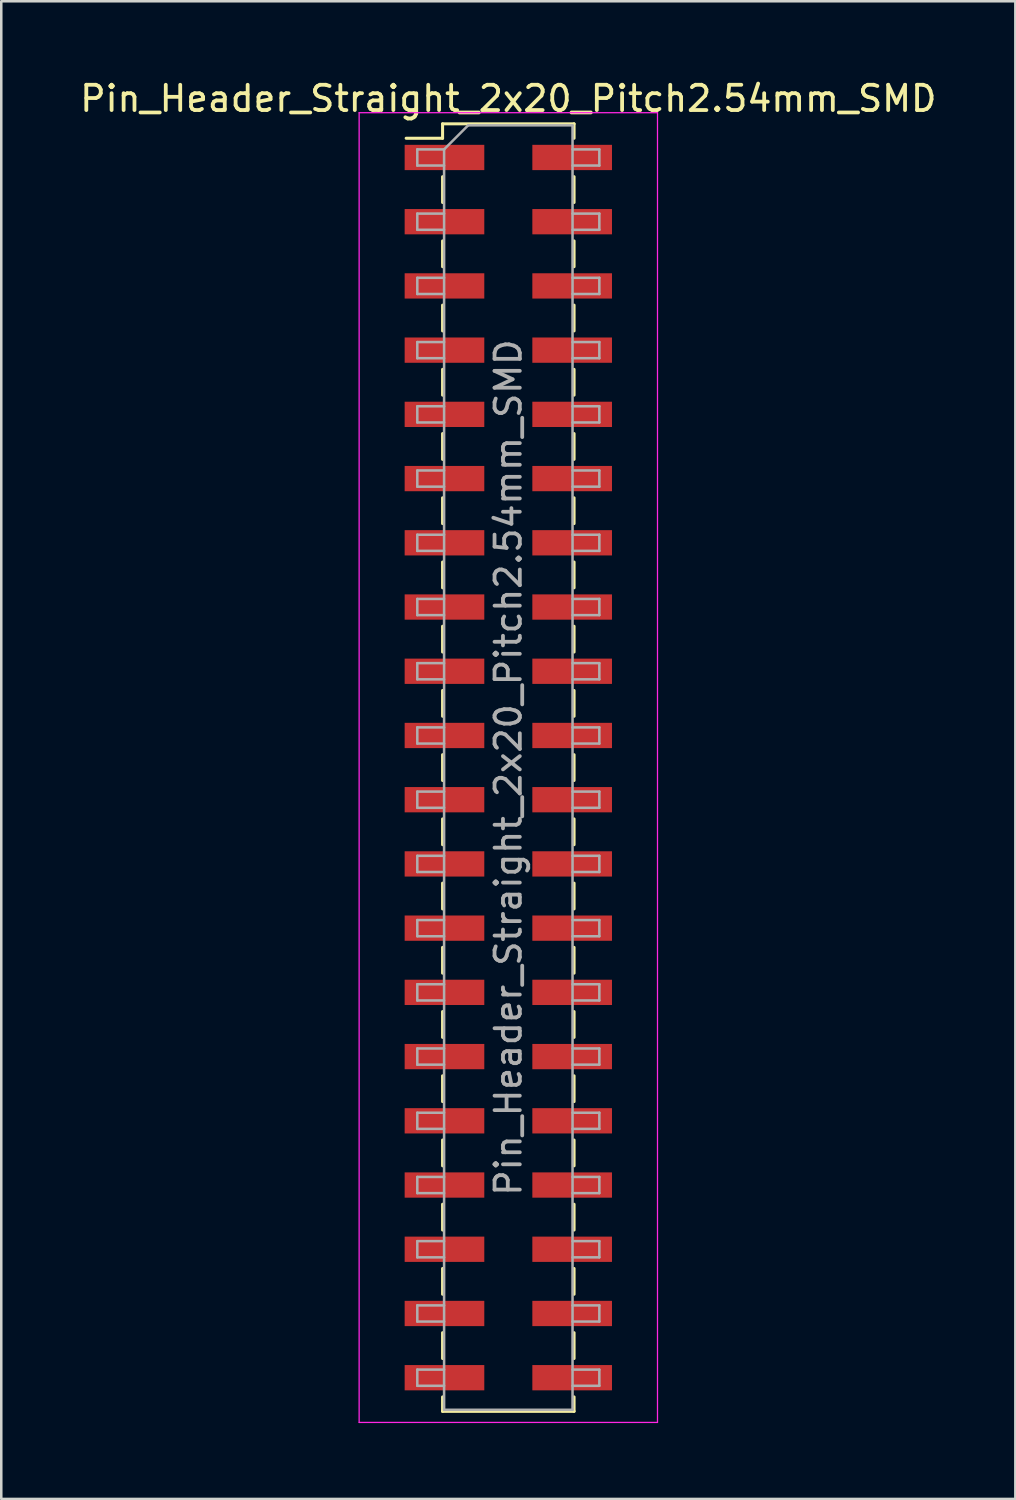
<source format=kicad_pcb>
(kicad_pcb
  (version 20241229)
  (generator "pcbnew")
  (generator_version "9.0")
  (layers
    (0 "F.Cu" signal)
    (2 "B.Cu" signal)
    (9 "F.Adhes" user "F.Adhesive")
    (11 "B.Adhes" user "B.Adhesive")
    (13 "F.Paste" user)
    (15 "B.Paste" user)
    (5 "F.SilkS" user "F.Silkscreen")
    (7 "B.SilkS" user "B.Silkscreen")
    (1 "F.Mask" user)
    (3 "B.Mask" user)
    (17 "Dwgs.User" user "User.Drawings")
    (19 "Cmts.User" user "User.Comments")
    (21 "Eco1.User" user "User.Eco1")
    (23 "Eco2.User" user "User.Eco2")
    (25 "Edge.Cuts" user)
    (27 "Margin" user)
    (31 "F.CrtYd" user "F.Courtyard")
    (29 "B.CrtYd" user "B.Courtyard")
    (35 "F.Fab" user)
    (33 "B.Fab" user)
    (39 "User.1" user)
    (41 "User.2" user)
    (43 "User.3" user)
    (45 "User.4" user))
  (footprint "Pin_Header_Straight_2x20_Pitch2.54mm_SMD"
    (layer "F.Cu")
    (at 17.054 27.308)
    (property "Reference" "Pin_Header_Straight_2x20_Pitch2.54mm_SMD" (at 0 -26.46 0) (layer "F.SilkS") (effects (font (size 1 1) (thickness 0.15))))
    (attr smd)
    (fp_line (start -4.04 -24.89) (end -2.6 -24.89) (stroke (width 0.12) (type solid)) (layer "F.SilkS"))
    (fp_line (start -2.6 -25.46) (end -2.6 -24.89) (stroke (width 0.12) (type solid)) (layer "F.SilkS"))
    (fp_line (start -2.6 -25.46) (end 2.6 -25.46) (stroke (width 0.12) (type solid)) (layer "F.SilkS"))
    (fp_line (start -2.6 -23.37) (end -2.6 -22.35) (stroke (width 0.12) (type solid)) (layer "F.SilkS"))
    (fp_line (start -2.6 -20.83) (end -2.6 -19.81) (stroke (width 0.12) (type solid)) (layer "F.SilkS"))
    (fp_line (start -2.6 -18.29) (end -2.6 -17.27) (stroke (width 0.12) (type solid)) (layer "F.SilkS"))
    (fp_line (start -2.6 -15.75) (end -2.6 -14.73) (stroke (width 0.12) (type solid)) (layer "F.SilkS"))
    (fp_line (start -2.6 -13.21) (end -2.6 -12.19) (stroke (width 0.12) (type solid)) (layer "F.SilkS"))
    (fp_line (start -2.6 -10.67) (end -2.6 -9.65) (stroke (width 0.12) (type solid)) (layer "F.SilkS"))
    (fp_line (start -2.6 -8.13) (end -2.6 -7.11) (stroke (width 0.12) (type solid)) (layer "F.SilkS"))
    (fp_line (start -2.6 -5.59) (end -2.6 -4.57) (stroke (width 0.12) (type solid)) (layer "F.SilkS"))
    (fp_line (start -2.6 -3.05) (end -2.6 -2.03) (stroke (width 0.12) (type solid)) (layer "F.SilkS"))
    (fp_line (start -2.6 -0.51) (end -2.6 0.51) (stroke (width 0.12) (type solid)) (layer "F.SilkS"))
    (fp_line (start -2.6 2.03) (end -2.6 3.05) (stroke (width 0.12) (type solid)) (layer "F.SilkS"))
    (fp_line (start -2.6 4.57) (end -2.6 5.59) (stroke (width 0.12) (type solid)) (layer "F.SilkS"))
    (fp_line (start -2.6 7.11) (end -2.6 8.13) (stroke (width 0.12) (type solid)) (layer "F.SilkS"))
    (fp_line (start -2.6 9.65) (end -2.6 10.67) (stroke (width 0.12) (type solid)) (layer "F.SilkS"))
    (fp_line (start -2.6 12.19) (end -2.6 13.21) (stroke (width 0.12) (type solid)) (layer "F.SilkS"))
    (fp_line (start -2.6 14.73) (end -2.6 15.75) (stroke (width 0.12) (type solid)) (layer "F.SilkS"))
    (fp_line (start -2.6 17.27) (end -2.6 18.29) (stroke (width 0.12) (type solid)) (layer "F.SilkS"))
    (fp_line (start -2.6 19.81) (end -2.6 20.83) (stroke (width 0.12) (type solid)) (layer "F.SilkS"))
    (fp_line (start -2.6 22.35) (end -2.6 23.37) (stroke (width 0.12) (type solid)) (layer "F.SilkS"))
    (fp_line (start -2.6 24.89) (end -2.6 25.46) (stroke (width 0.12) (type solid)) (layer "F.SilkS"))
    (fp_line (start -2.6 25.46) (end 2.6 25.46) (stroke (width 0.12) (type solid)) (layer "F.SilkS"))
    (fp_line (start 2.6 -25.46) (end 2.6 -24.89) (stroke (width 0.12) (type solid)) (layer "F.SilkS"))
    (fp_line (start 2.6 -23.37) (end 2.6 -22.35) (stroke (width 0.12) (type solid)) (layer "F.SilkS"))
    (fp_line (start 2.6 -20.83) (end 2.6 -19.81) (stroke (width 0.12) (type solid)) (layer "F.SilkS"))
    (fp_line (start 2.6 -18.29) (end 2.6 -17.27) (stroke (width 0.12) (type solid)) (layer "F.SilkS"))
    (fp_line (start 2.6 -15.75) (end 2.6 -14.73) (stroke (width 0.12) (type solid)) (layer "F.SilkS"))
    (fp_line (start 2.6 -13.21) (end 2.6 -12.19) (stroke (width 0.12) (type solid)) (layer "F.SilkS"))
    (fp_line (start 2.6 -10.67) (end 2.6 -9.65) (stroke (width 0.12) (type solid)) (layer "F.SilkS"))
    (fp_line (start 2.6 -8.13) (end 2.6 -7.11) (stroke (width 0.12) (type solid)) (layer "F.SilkS"))
    (fp_line (start 2.6 -5.59) (end 2.6 -4.57) (stroke (width 0.12) (type solid)) (layer "F.SilkS"))
    (fp_line (start 2.6 -3.05) (end 2.6 -2.03) (stroke (width 0.12) (type solid)) (layer "F.SilkS"))
    (fp_line (start 2.6 -0.51) (end 2.6 0.51) (stroke (width 0.12) (type solid)) (layer "F.SilkS"))
    (fp_line (start 2.6 2.03) (end 2.6 3.05) (stroke (width 0.12) (type solid)) (layer "F.SilkS"))
    (fp_line (start 2.6 4.57) (end 2.6 5.59) (stroke (width 0.12) (type solid)) (layer "F.SilkS"))
    (fp_line (start 2.6 7.11) (end 2.6 8.13) (stroke (width 0.12) (type solid)) (layer "F.SilkS"))
    (fp_line (start 2.6 9.65) (end 2.6 10.67) (stroke (width 0.12) (type solid)) (layer "F.SilkS"))
    (fp_line (start 2.6 12.19) (end 2.6 13.21) (stroke (width 0.12) (type solid)) (layer "F.SilkS"))
    (fp_line (start 2.6 14.73) (end 2.6 15.75) (stroke (width 0.12) (type solid)) (layer "F.SilkS"))
    (fp_line (start 2.6 17.27) (end 2.6 18.29) (stroke (width 0.12) (type solid)) (layer "F.SilkS"))
    (fp_line (start 2.6 19.81) (end 2.6 20.83) (stroke (width 0.12) (type solid)) (layer "F.SilkS"))
    (fp_line (start 2.6 22.35) (end 2.6 23.37) (stroke (width 0.12) (type solid)) (layer "F.SilkS"))
    (fp_line (start 2.6 24.89) (end 2.6 25.46) (stroke (width 0.12) (type solid)) (layer "F.SilkS"))
    (fp_line (start -5.9 -25.9) (end -5.9 25.9) (stroke (width 0.05) (type solid)) (layer "F.CrtYd"))
    (fp_line (start -5.9 25.9) (end 5.9 25.9) (stroke (width 0.05) (type solid)) (layer "F.CrtYd"))
    (fp_line (start 5.9 -25.9) (end -5.9 -25.9) (stroke (width 0.05) (type solid)) (layer "F.CrtYd"))
    (fp_line (start 5.9 25.9) (end 5.9 -25.9) (stroke (width 0.05) (type solid)) (layer "F.CrtYd"))
    (fp_line (start -3.6 -24.45) (end -3.6 -23.81) (stroke (width 0.1) (type solid)) (layer "F.Fab"))
    (fp_line (start -3.6 -23.81) (end -2.54 -23.81) (stroke (width 0.1) (type solid)) (layer "F.Fab"))
    (fp_line (start -3.6 -21.91) (end -3.6 -21.27) (stroke (width 0.1) (type solid)) (layer "F.Fab"))
    (fp_line (start -3.6 -21.27) (end -2.54 -21.27) (stroke (width 0.1) (type solid)) (layer "F.Fab"))
    (fp_line (start -3.6 -19.37) (end -3.6 -18.73) (stroke (width 0.1) (type solid)) (layer "F.Fab"))
    (fp_line (start -3.6 -18.73) (end -2.54 -18.73) (stroke (width 0.1) (type solid)) (layer "F.Fab"))
    (fp_line (start -3.6 -16.83) (end -3.6 -16.19) (stroke (width 0.1) (type solid)) (layer "F.Fab"))
    (fp_line (start -3.6 -16.19) (end -2.54 -16.19) (stroke (width 0.1) (type solid)) (layer "F.Fab"))
    (fp_line (start -3.6 -14.29) (end -3.6 -13.65) (stroke (width 0.1) (type solid)) (layer "F.Fab"))
    (fp_line (start -3.6 -13.65) (end -2.54 -13.65) (stroke (width 0.1) (type solid)) (layer "F.Fab"))
    (fp_line (start -3.6 -11.75) (end -3.6 -11.11) (stroke (width 0.1) (type solid)) (layer "F.Fab"))
    (fp_line (start -3.6 -11.11) (end -2.54 -11.11) (stroke (width 0.1) (type solid)) (layer "F.Fab"))
    (fp_line (start -3.6 -9.21) (end -3.6 -8.57) (stroke (width 0.1) (type solid)) (layer "F.Fab"))
    (fp_line (start -3.6 -8.57) (end -2.54 -8.57) (stroke (width 0.1) (type solid)) (layer "F.Fab"))
    (fp_line (start -3.6 -6.67) (end -3.6 -6.03) (stroke (width 0.1) (type solid)) (layer "F.Fab"))
    (fp_line (start -3.6 -6.03) (end -2.54 -6.03) (stroke (width 0.1) (type solid)) (layer "F.Fab"))
    (fp_line (start -3.6 -4.13) (end -3.6 -3.49) (stroke (width 0.1) (type solid)) (layer "F.Fab"))
    (fp_line (start -3.6 -3.49) (end -2.54 -3.49) (stroke (width 0.1) (type solid)) (layer "F.Fab"))
    (fp_line (start -3.6 -1.59) (end -3.6 -0.95) (stroke (width 0.1) (type solid)) (layer "F.Fab"))
    (fp_line (start -3.6 -0.95) (end -2.54 -0.95) (stroke (width 0.1) (type solid)) (layer "F.Fab"))
    (fp_line (start -3.6 0.95) (end -3.6 1.59) (stroke (width 0.1) (type solid)) (layer "F.Fab"))
    (fp_line (start -3.6 1.59) (end -2.54 1.59) (stroke (width 0.1) (type solid)) (layer "F.Fab"))
    (fp_line (start -3.6 3.49) (end -3.6 4.13) (stroke (width 0.1) (type solid)) (layer "F.Fab"))
    (fp_line (start -3.6 4.13) (end -2.54 4.13) (stroke (width 0.1) (type solid)) (layer "F.Fab"))
    (fp_line (start -3.6 6.03) (end -3.6 6.67) (stroke (width 0.1) (type solid)) (layer "F.Fab"))
    (fp_line (start -3.6 6.67) (end -2.54 6.67) (stroke (width 0.1) (type solid)) (layer "F.Fab"))
    (fp_line (start -3.6 8.57) (end -3.6 9.21) (stroke (width 0.1) (type solid)) (layer "F.Fab"))
    (fp_line (start -3.6 9.21) (end -2.54 9.21) (stroke (width 0.1) (type solid)) (layer "F.Fab"))
    (fp_line (start -3.6 11.11) (end -3.6 11.75) (stroke (width 0.1) (type solid)) (layer "F.Fab"))
    (fp_line (start -3.6 11.75) (end -2.54 11.75) (stroke (width 0.1) (type solid)) (layer "F.Fab"))
    (fp_line (start -3.6 13.65) (end -3.6 14.29) (stroke (width 0.1) (type solid)) (layer "F.Fab"))
    (fp_line (start -3.6 14.29) (end -2.54 14.29) (stroke (width 0.1) (type solid)) (layer "F.Fab"))
    (fp_line (start -3.6 16.19) (end -3.6 16.83) (stroke (width 0.1) (type solid)) (layer "F.Fab"))
    (fp_line (start -3.6 16.83) (end -2.54 16.83) (stroke (width 0.1) (type solid)) (layer "F.Fab"))
    (fp_line (start -3.6 18.73) (end -3.6 19.37) (stroke (width 0.1) (type solid)) (layer "F.Fab"))
    (fp_line (start -3.6 19.37) (end -2.54 19.37) (stroke (width 0.1) (type solid)) (layer "F.Fab"))
    (fp_line (start -3.6 21.27) (end -3.6 21.91) (stroke (width 0.1) (type solid)) (layer "F.Fab"))
    (fp_line (start -3.6 21.91) (end -2.54 21.91) (stroke (width 0.1) (type solid)) (layer "F.Fab"))
    (fp_line (start -3.6 23.81) (end -3.6 24.45) (stroke (width 0.1) (type solid)) (layer "F.Fab"))
    (fp_line (start -3.6 24.45) (end -2.54 24.45) (stroke (width 0.1) (type solid)) (layer "F.Fab"))
    (fp_line (start -2.54 -24.45) (end -3.6 -24.45) (stroke (width 0.1) (type solid)) (layer "F.Fab"))
    (fp_line (start -2.54 -24.45) (end -1.59 -25.4) (stroke (width 0.1) (type solid)) (layer "F.Fab"))
    (fp_line (start -2.54 -21.91) (end -3.6 -21.91) (stroke (width 0.1) (type solid)) (layer "F.Fab"))
    (fp_line (start -2.54 -19.37) (end -3.6 -19.37) (stroke (width 0.1) (type solid)) (layer "F.Fab"))
    (fp_line (start -2.54 -16.83) (end -3.6 -16.83) (stroke (width 0.1) (type solid)) (layer "F.Fab"))
    (fp_line (start -2.54 -14.29) (end -3.6 -14.29) (stroke (width 0.1) (type solid)) (layer "F.Fab"))
    (fp_line (start -2.54 -11.75) (end -3.6 -11.75) (stroke (width 0.1) (type solid)) (layer "F.Fab"))
    (fp_line (start -2.54 -9.21) (end -3.6 -9.21) (stroke (width 0.1) (type solid)) (layer "F.Fab"))
    (fp_line (start -2.54 -6.67) (end -3.6 -6.67) (stroke (width 0.1) (type solid)) (layer "F.Fab"))
    (fp_line (start -2.54 -4.13) (end -3.6 -4.13) (stroke (width 0.1) (type solid)) (layer "F.Fab"))
    (fp_line (start -2.54 -1.59) (end -3.6 -1.59) (stroke (width 0.1) (type solid)) (layer "F.Fab"))
    (fp_line (start -2.54 0.95) (end -3.6 0.95) (stroke (width 0.1) (type solid)) (layer "F.Fab"))
    (fp_line (start -2.54 3.49) (end -3.6 3.49) (stroke (width 0.1) (type solid)) (layer "F.Fab"))
    (fp_line (start -2.54 6.03) (end -3.6 6.03) (stroke (width 0.1) (type solid)) (layer "F.Fab"))
    (fp_line (start -2.54 8.57) (end -3.6 8.57) (stroke (width 0.1) (type solid)) (layer "F.Fab"))
    (fp_line (start -2.54 11.11) (end -3.6 11.11) (stroke (width 0.1) (type solid)) (layer "F.Fab"))
    (fp_line (start -2.54 13.65) (end -3.6 13.65) (stroke (width 0.1) (type solid)) (layer "F.Fab"))
    (fp_line (start -2.54 16.19) (end -3.6 16.19) (stroke (width 0.1) (type solid)) (layer "F.Fab"))
    (fp_line (start -2.54 18.73) (end -3.6 18.73) (stroke (width 0.1) (type solid)) (layer "F.Fab"))
    (fp_line (start -2.54 21.27) (end -3.6 21.27) (stroke (width 0.1) (type solid)) (layer "F.Fab"))
    (fp_line (start -2.54 23.81) (end -3.6 23.81) (stroke (width 0.1) (type solid)) (layer "F.Fab"))
    (fp_line (start -2.54 25.4) (end -2.54 -24.45) (stroke (width 0.1) (type solid)) (layer "F.Fab"))
    (fp_line (start -1.59 -25.4) (end 2.54 -25.4) (stroke (width 0.1) (type solid)) (layer "F.Fab"))
    (fp_line (start 2.54 -25.4) (end 2.54 25.4) (stroke (width 0.1) (type solid)) (layer "F.Fab"))
    (fp_line (start 2.54 -24.45) (end 3.6 -24.45) (stroke (width 0.1) (type solid)) (layer "F.Fab"))
    (fp_line (start 2.54 -21.91) (end 3.6 -21.91) (stroke (width 0.1) (type solid)) (layer "F.Fab"))
    (fp_line (start 2.54 -19.37) (end 3.6 -19.37) (stroke (width 0.1) (type solid)) (layer "F.Fab"))
    (fp_line (start 2.54 -16.83) (end 3.6 -16.83) (stroke (width 0.1) (type solid)) (layer "F.Fab"))
    (fp_line (start 2.54 -14.29) (end 3.6 -14.29) (stroke (width 0.1) (type solid)) (layer "F.Fab"))
    (fp_line (start 2.54 -11.75) (end 3.6 -11.75) (stroke (width 0.1) (type solid)) (layer "F.Fab"))
    (fp_line (start 2.54 -9.21) (end 3.6 -9.21) (stroke (width 0.1) (type solid)) (layer "F.Fab"))
    (fp_line (start 2.54 -6.67) (end 3.6 -6.67) (stroke (width 0.1) (type solid)) (layer "F.Fab"))
    (fp_line (start 2.54 -4.13) (end 3.6 -4.13) (stroke (width 0.1) (type solid)) (layer "F.Fab"))
    (fp_line (start 2.54 -1.59) (end 3.6 -1.59) (stroke (width 0.1) (type solid)) (layer "F.Fab"))
    (fp_line (start 2.54 0.95) (end 3.6 0.95) (stroke (width 0.1) (type solid)) (layer "F.Fab"))
    (fp_line (start 2.54 3.49) (end 3.6 3.49) (stroke (width 0.1) (type solid)) (layer "F.Fab"))
    (fp_line (start 2.54 6.03) (end 3.6 6.03) (stroke (width 0.1) (type solid)) (layer "F.Fab"))
    (fp_line (start 2.54 8.57) (end 3.6 8.57) (stroke (width 0.1) (type solid)) (layer "F.Fab"))
    (fp_line (start 2.54 11.11) (end 3.6 11.11) (stroke (width 0.1) (type solid)) (layer "F.Fab"))
    (fp_line (start 2.54 13.65) (end 3.6 13.65) (stroke (width 0.1) (type solid)) (layer "F.Fab"))
    (fp_line (start 2.54 16.19) (end 3.6 16.19) (stroke (width 0.1) (type solid)) (layer "F.Fab"))
    (fp_line (start 2.54 18.73) (end 3.6 18.73) (stroke (width 0.1) (type solid)) (layer "F.Fab"))
    (fp_line (start 2.54 21.27) (end 3.6 21.27) (stroke (width 0.1) (type solid)) (layer "F.Fab"))
    (fp_line (start 2.54 23.81) (end 3.6 23.81) (stroke (width 0.1) (type solid)) (layer "F.Fab"))
    (fp_line (start 2.54 25.4) (end -2.54 25.4) (stroke (width 0.1) (type solid)) (layer "F.Fab"))
    (fp_line (start 3.6 -24.45) (end 3.6 -23.81) (stroke (width 0.1) (type solid)) (layer "F.Fab"))
    (fp_line (start 3.6 -23.81) (end 2.54 -23.81) (stroke (width 0.1) (type solid)) (layer "F.Fab"))
    (fp_line (start 3.6 -21.91) (end 3.6 -21.27) (stroke (width 0.1) (type solid)) (layer "F.Fab"))
    (fp_line (start 3.6 -21.27) (end 2.54 -21.27) (stroke (width 0.1) (type solid)) (layer "F.Fab"))
    (fp_line (start 3.6 -19.37) (end 3.6 -18.73) (stroke (width 0.1) (type solid)) (layer "F.Fab"))
    (fp_line (start 3.6 -18.73) (end 2.54 -18.73) (stroke (width 0.1) (type solid)) (layer "F.Fab"))
    (fp_line (start 3.6 -16.83) (end 3.6 -16.19) (stroke (width 0.1) (type solid)) (layer "F.Fab"))
    (fp_line (start 3.6 -16.19) (end 2.54 -16.19) (stroke (width 0.1) (type solid)) (layer "F.Fab"))
    (fp_line (start 3.6 -14.29) (end 3.6 -13.65) (stroke (width 0.1) (type solid)) (layer "F.Fab"))
    (fp_line (start 3.6 -13.65) (end 2.54 -13.65) (stroke (width 0.1) (type solid)) (layer "F.Fab"))
    (fp_line (start 3.6 -11.75) (end 3.6 -11.11) (stroke (width 0.1) (type solid)) (layer "F.Fab"))
    (fp_line (start 3.6 -11.11) (end 2.54 -11.11) (stroke (width 0.1) (type solid)) (layer "F.Fab"))
    (fp_line (start 3.6 -9.21) (end 3.6 -8.57) (stroke (width 0.1) (type solid)) (layer "F.Fab"))
    (fp_line (start 3.6 -8.57) (end 2.54 -8.57) (stroke (width 0.1) (type solid)) (layer "F.Fab"))
    (fp_line (start 3.6 -6.67) (end 3.6 -6.03) (stroke (width 0.1) (type solid)) (layer "F.Fab"))
    (fp_line (start 3.6 -6.03) (end 2.54 -6.03) (stroke (width 0.1) (type solid)) (layer "F.Fab"))
    (fp_line (start 3.6 -4.13) (end 3.6 -3.49) (stroke (width 0.1) (type solid)) (layer "F.Fab"))
    (fp_line (start 3.6 -3.49) (end 2.54 -3.49) (stroke (width 0.1) (type solid)) (layer "F.Fab"))
    (fp_line (start 3.6 -1.59) (end 3.6 -0.95) (stroke (width 0.1) (type solid)) (layer "F.Fab"))
    (fp_line (start 3.6 -0.95) (end 2.54 -0.95) (stroke (width 0.1) (type solid)) (layer "F.Fab"))
    (fp_line (start 3.6 0.95) (end 3.6 1.59) (stroke (width 0.1) (type solid)) (layer "F.Fab"))
    (fp_line (start 3.6 1.59) (end 2.54 1.59) (stroke (width 0.1) (type solid)) (layer "F.Fab"))
    (fp_line (start 3.6 3.49) (end 3.6 4.13) (stroke (width 0.1) (type solid)) (layer "F.Fab"))
    (fp_line (start 3.6 4.13) (end 2.54 4.13) (stroke (width 0.1) (type solid)) (layer "F.Fab"))
    (fp_line (start 3.6 6.03) (end 3.6 6.67) (stroke (width 0.1) (type solid)) (layer "F.Fab"))
    (fp_line (start 3.6 6.67) (end 2.54 6.67) (stroke (width 0.1) (type solid)) (layer "F.Fab"))
    (fp_line (start 3.6 8.57) (end 3.6 9.21) (stroke (width 0.1) (type solid)) (layer "F.Fab"))
    (fp_line (start 3.6 9.21) (end 2.54 9.21) (stroke (width 0.1) (type solid)) (layer "F.Fab"))
    (fp_line (start 3.6 11.11) (end 3.6 11.75) (stroke (width 0.1) (type solid)) (layer "F.Fab"))
    (fp_line (start 3.6 11.75) (end 2.54 11.75) (stroke (width 0.1) (type solid)) (layer "F.Fab"))
    (fp_line (start 3.6 13.65) (end 3.6 14.29) (stroke (width 0.1) (type solid)) (layer "F.Fab"))
    (fp_line (start 3.6 14.29) (end 2.54 14.29) (stroke (width 0.1) (type solid)) (layer "F.Fab"))
    (fp_line (start 3.6 16.19) (end 3.6 16.83) (stroke (width 0.1) (type solid)) (layer "F.Fab"))
    (fp_line (start 3.6 16.83) (end 2.54 16.83) (stroke (width 0.1) (type solid)) (layer "F.Fab"))
    (fp_line (start 3.6 18.73) (end 3.6 19.37) (stroke (width 0.1) (type solid)) (layer "F.Fab"))
    (fp_line (start 3.6 19.37) (end 2.54 19.37) (stroke (width 0.1) (type solid)) (layer "F.Fab"))
    (fp_line (start 3.6 21.27) (end 3.6 21.91) (stroke (width 0.1) (type solid)) (layer "F.Fab"))
    (fp_line (start 3.6 21.91) (end 2.54 21.91) (stroke (width 0.1) (type solid)) (layer "F.Fab"))
    (fp_line (start 3.6 23.81) (end 3.6 24.45) (stroke (width 0.1) (type solid)) (layer "F.Fab"))
    (fp_line (start 3.6 24.45) (end 2.54 24.45) (stroke (width 0.1) (type solid)) (layer "F.Fab"))
    (fp_text user "${REFERENCE}" (at 0 0 90) (layer "F.Fab") (effects (font (size 1 1) (thickness 0.15))))
    (pad "1" smd rect (at -2.525 -24.13) (size 3.15 1) (layers "F.Cu" "F.Mask" "F.Paste"))
    (pad "2" smd rect (at 2.525 -24.13) (size 3.15 1) (layers "F.Cu" "F.Mask" "F.Paste"))
    (pad "3" smd rect (at -2.525 -21.59) (size 3.15 1) (layers "F.Cu" "F.Mask" "F.Paste"))
    (pad "4" smd rect (at 2.525 -21.59) (size 3.15 1) (layers "F.Cu" "F.Mask" "F.Paste"))
    (pad "5" smd rect (at -2.525 -19.05) (size 3.15 1) (layers "F.Cu" "F.Mask" "F.Paste"))
    (pad "6" smd rect (at 2.525 -19.05) (size 3.15 1) (layers "F.Cu" "F.Mask" "F.Paste"))
    (pad "7" smd rect (at -2.525 -16.51) (size 3.15 1) (layers "F.Cu" "F.Mask" "F.Paste"))
    (pad "8" smd rect (at 2.525 -16.51) (size 3.15 1) (layers "F.Cu" "F.Mask" "F.Paste"))
    (pad "9" smd rect (at -2.525 -13.97) (size 3.15 1) (layers "F.Cu" "F.Mask" "F.Paste"))
    (pad "10" smd rect (at 2.525 -13.97) (size 3.15 1) (layers "F.Cu" "F.Mask" "F.Paste"))
    (pad "11" smd rect (at -2.525 -11.43) (size 3.15 1) (layers "F.Cu" "F.Mask" "F.Paste"))
    (pad "12" smd rect (at 2.525 -11.43) (size 3.15 1) (layers "F.Cu" "F.Mask" "F.Paste"))
    (pad "13" smd rect (at -2.525 -8.89) (size 3.15 1) (layers "F.Cu" "F.Mask" "F.Paste"))
    (pad "14" smd rect (at 2.525 -8.89) (size 3.15 1) (layers "F.Cu" "F.Mask" "F.Paste"))
    (pad "15" smd rect (at -2.525 -6.35) (size 3.15 1) (layers "F.Cu" "F.Mask" "F.Paste"))
    (pad "16" smd rect (at 2.525 -6.35) (size 3.15 1) (layers "F.Cu" "F.Mask" "F.Paste"))
    (pad "17" smd rect (at -2.525 -3.81) (size 3.15 1) (layers "F.Cu" "F.Mask" "F.Paste"))
    (pad "18" smd rect (at 2.525 -3.81) (size 3.15 1) (layers "F.Cu" "F.Mask" "F.Paste"))
    (pad "19" smd rect (at -2.525 -1.27) (size 3.15 1) (layers "F.Cu" "F.Mask" "F.Paste"))
    (pad "20" smd rect (at 2.525 -1.27) (size 3.15 1) (layers "F.Cu" "F.Mask" "F.Paste"))
    (pad "21" smd rect (at -2.525 1.27) (size 3.15 1) (layers "F.Cu" "F.Mask" "F.Paste"))
    (pad "22" smd rect (at 2.525 1.27) (size 3.15 1) (layers "F.Cu" "F.Mask" "F.Paste"))
    (pad "23" smd rect (at -2.525 3.81) (size 3.15 1) (layers "F.Cu" "F.Mask" "F.Paste"))
    (pad "24" smd rect (at 2.525 3.81) (size 3.15 1) (layers "F.Cu" "F.Mask" "F.Paste"))
    (pad "25" smd rect (at -2.525 6.35) (size 3.15 1) (layers "F.Cu" "F.Mask" "F.Paste"))
    (pad "26" smd rect (at 2.525 6.35) (size 3.15 1) (layers "F.Cu" "F.Mask" "F.Paste"))
    (pad "27" smd rect (at -2.525 8.89) (size 3.15 1) (layers "F.Cu" "F.Mask" "F.Paste"))
    (pad "28" smd rect (at 2.525 8.89) (size 3.15 1) (layers "F.Cu" "F.Mask" "F.Paste"))
    (pad "29" smd rect (at -2.525 11.43) (size 3.15 1) (layers "F.Cu" "F.Mask" "F.Paste"))
    (pad "30" smd rect (at 2.525 11.43) (size 3.15 1) (layers "F.Cu" "F.Mask" "F.Paste"))
    (pad "31" smd rect (at -2.525 13.97) (size 3.15 1) (layers "F.Cu" "F.Mask" "F.Paste"))
    (pad "32" smd rect (at 2.525 13.97) (size 3.15 1) (layers "F.Cu" "F.Mask" "F.Paste"))
    (pad "33" smd rect (at -2.525 16.51) (size 3.15 1) (layers "F.Cu" "F.Mask" "F.Paste"))
    (pad "34" smd rect (at 2.525 16.51) (size 3.15 1) (layers "F.Cu" "F.Mask" "F.Paste"))
    (pad "35" smd rect (at -2.525 19.05) (size 3.15 1) (layers "F.Cu" "F.Mask" "F.Paste"))
    (pad "36" smd rect (at 2.525 19.05) (size 3.15 1) (layers "F.Cu" "F.Mask" "F.Paste"))
    (pad "37" smd rect (at -2.525 21.59) (size 3.15 1) (layers "F.Cu" "F.Mask" "F.Paste"))
    (pad "38" smd rect (at 2.525 21.59) (size 3.15 1) (layers "F.Cu" "F.Mask" "F.Paste"))
    (pad "39" smd rect (at -2.525 24.13) (size 3.15 1) (layers "F.Cu" "F.Mask" "F.Paste"))
    (pad "40" smd rect (at 2.525 24.13) (size 3.15 1) (layers "F.Cu" "F.Mask" "F.Paste")))
  (gr_rect
    (start -3 -3)
    (end 37.107 56.233)
    (stroke (width 0.1) (type default))
    (fill no)
    (layer "Edge.Cuts")))
</source>
